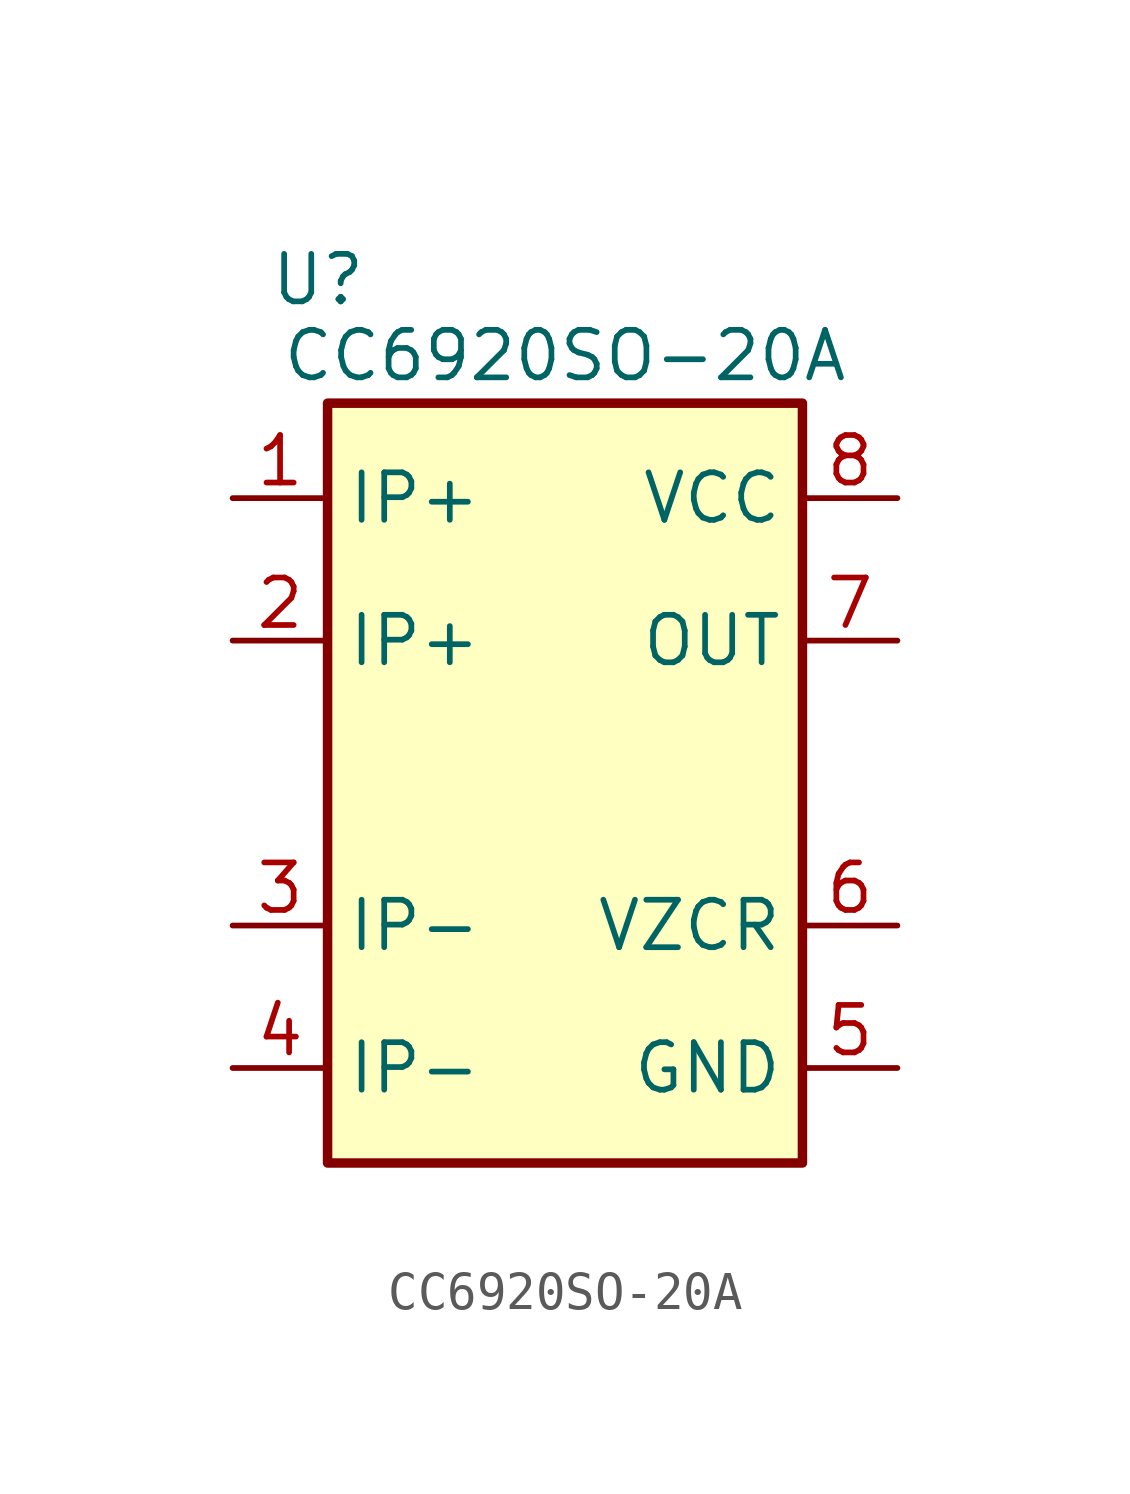
<source format=kicad_sym>
(kicad_symbol_lib
  (version 20241209)
  (generator "kicad_symbol_editor")
  (generator_version "9.0")
  (symbol "CC6920SO-20A"
    (property "Reference" "U"
      (at -6.35 12.7 0)
      (effects (font (size 1.27 1.27))))
    (property "Value" "CC6920SO-20A"
      (at 0.254 10.668 0)
      (effects (font (size 1.27 1.27))))
    (symbol "CC6920SO-20A_0_1"
      (rectangle (start -6.096 9.398) (end 6.604 -10.922) (stroke (width 0.254) (type default)) (fill (type background))))
    (symbol "CC6920SO-20A_1_1"
      (pin input line (at -8.636 6.858 0) (length 2.54) (name "IP+" (effects (font (size 1.27 1.27)))) (number "1" (effects (font (size 1.27 1.27)))))
      (pin input line (at -8.636 3.048 0) (length 2.54) (name "IP+" (effects (font (size 1.27 1.27)))) (number "2" (effects (font (size 1.27 1.27)))))
      (pin input line (at -8.636 -4.572 0) (length 2.54) (name "IP-" (effects (font (size 1.27 1.27)))) (number "3" (effects (font (size 1.27 1.27)))))
      (pin input line (at -8.636 -8.382 0) (length 2.54) (name "IP-" (effects (font (size 1.27 1.27)))) (number "4" (effects (font (size 1.27 1.27)))))
      (pin power_in line (at 9.144 6.858 180) (length 2.54) (name "VCC" (effects (font (size 1.27 1.27)))) (number "8" (effects (font (size 1.27 1.27)))))
      (pin output line (at 9.144 3.048 180) (length 2.54) (name "OUT" (effects (font (size 1.27 1.27)))) (number "7" (effects (font (size 1.27 1.27)))))
      (pin power_out line (at 9.144 -4.572 180) (length 2.54) (name "VZCR" (effects (font (size 1.27 1.27)))) (number "6" (effects (font (size 1.27 1.27)))))
      (pin power_in line (at 9.144 -8.382 180) (length 2.54) (name "GND" (effects (font (size 1.27 1.27)))) (number "5" (effects (font (size 1.27 1.27))))))))
</source>
